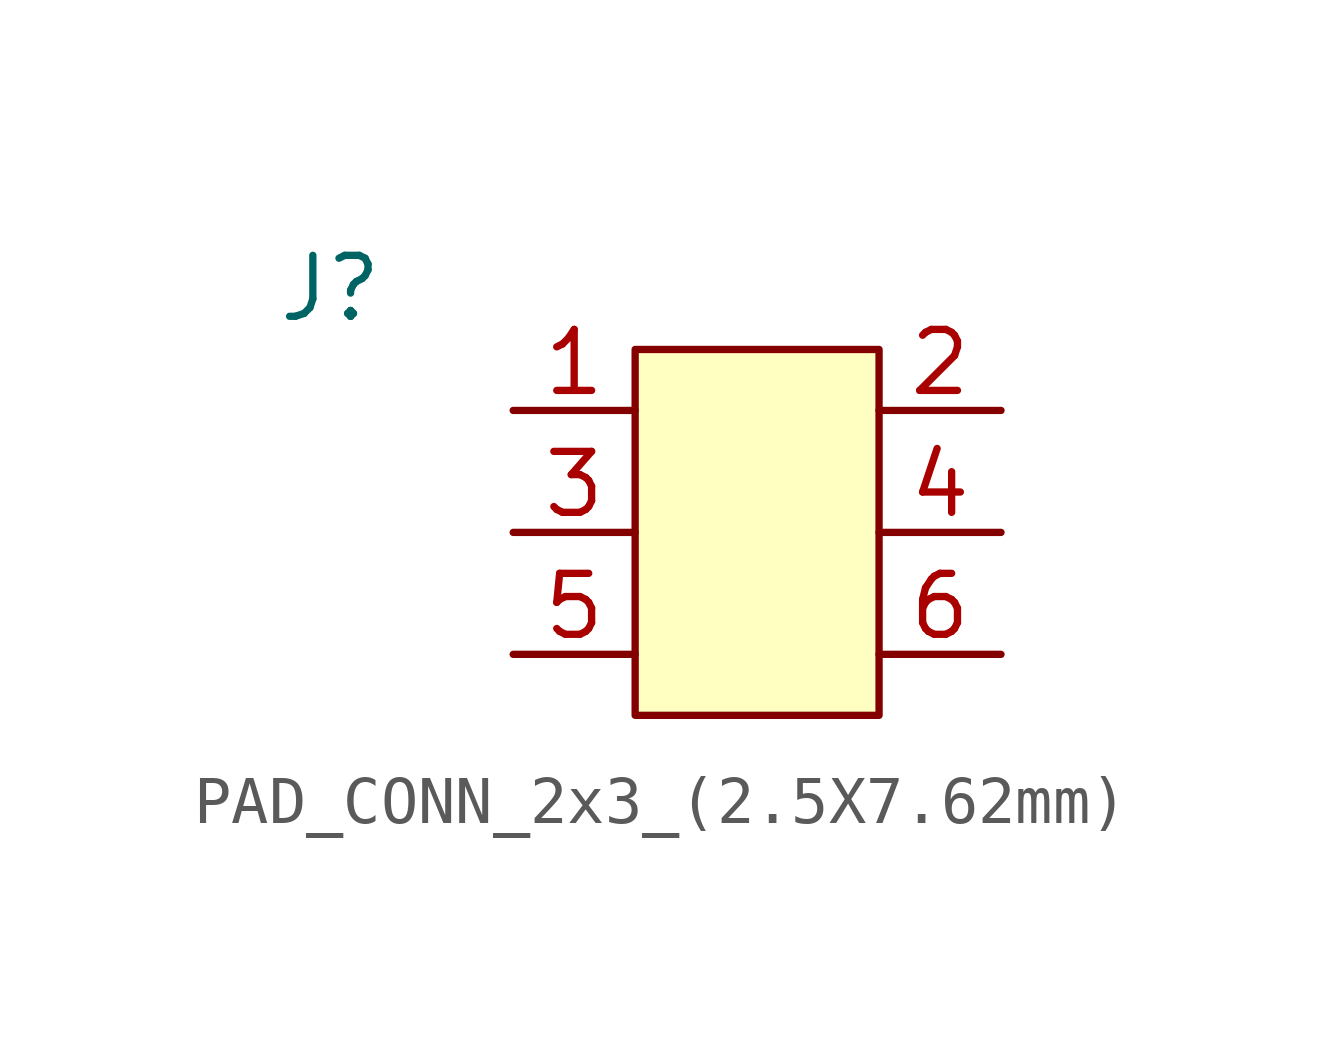
<source format=kicad_sym>
(kicad_symbol_lib
  (version 20241209)
  (generator "kicad_symbol_editor")
  (generator_version "9.0")
  (symbol "PAD_CONN_2x3_(2.5X7.62mm)"
    (property "Reference" "J"
      (at 0 0 0)
      (effects (font (size 1.27 1.27))))
    (symbol "PAD_CONN_2x3_(2.5X7.62mm)_1_1"
      (rectangle (start 6.35 -1.27) (end 11.43 -8.89) (stroke (width 0) (type default)) (fill (type background)))
      (pin input line (at 3.81 -2.54 0) (length 2.54) (name "" (effects (font (size 1.27 1.27)))) (number "1" (effects (font (size 1.27 1.27)))))
      (pin input line (at 3.81 -5.08 0) (length 2.54) (name "" (effects (font (size 1.27 1.27)))) (number "3" (effects (font (size 1.27 1.27)))))
      (pin input line (at 3.81 -7.62 0) (length 2.54) (name "" (effects (font (size 1.27 1.27)))) (number "5" (effects (font (size 1.27 1.27)))))
      (pin input line (at 13.97 -2.54 180) (length 2.54) (name "" (effects (font (size 1.27 1.27)))) (number "2" (effects (font (size 1.27 1.27)))))
      (pin input line (at 13.97 -5.08 180) (length 2.54) (name "" (effects (font (size 1.27 1.27)))) (number "4" (effects (font (size 1.27 1.27)))))
      (pin input line (at 13.97 -7.62 180) (length 2.54) (name "" (effects (font (size 1.27 1.27)))) (number "6" (effects (font (size 1.27 1.27))))))))
</source>
